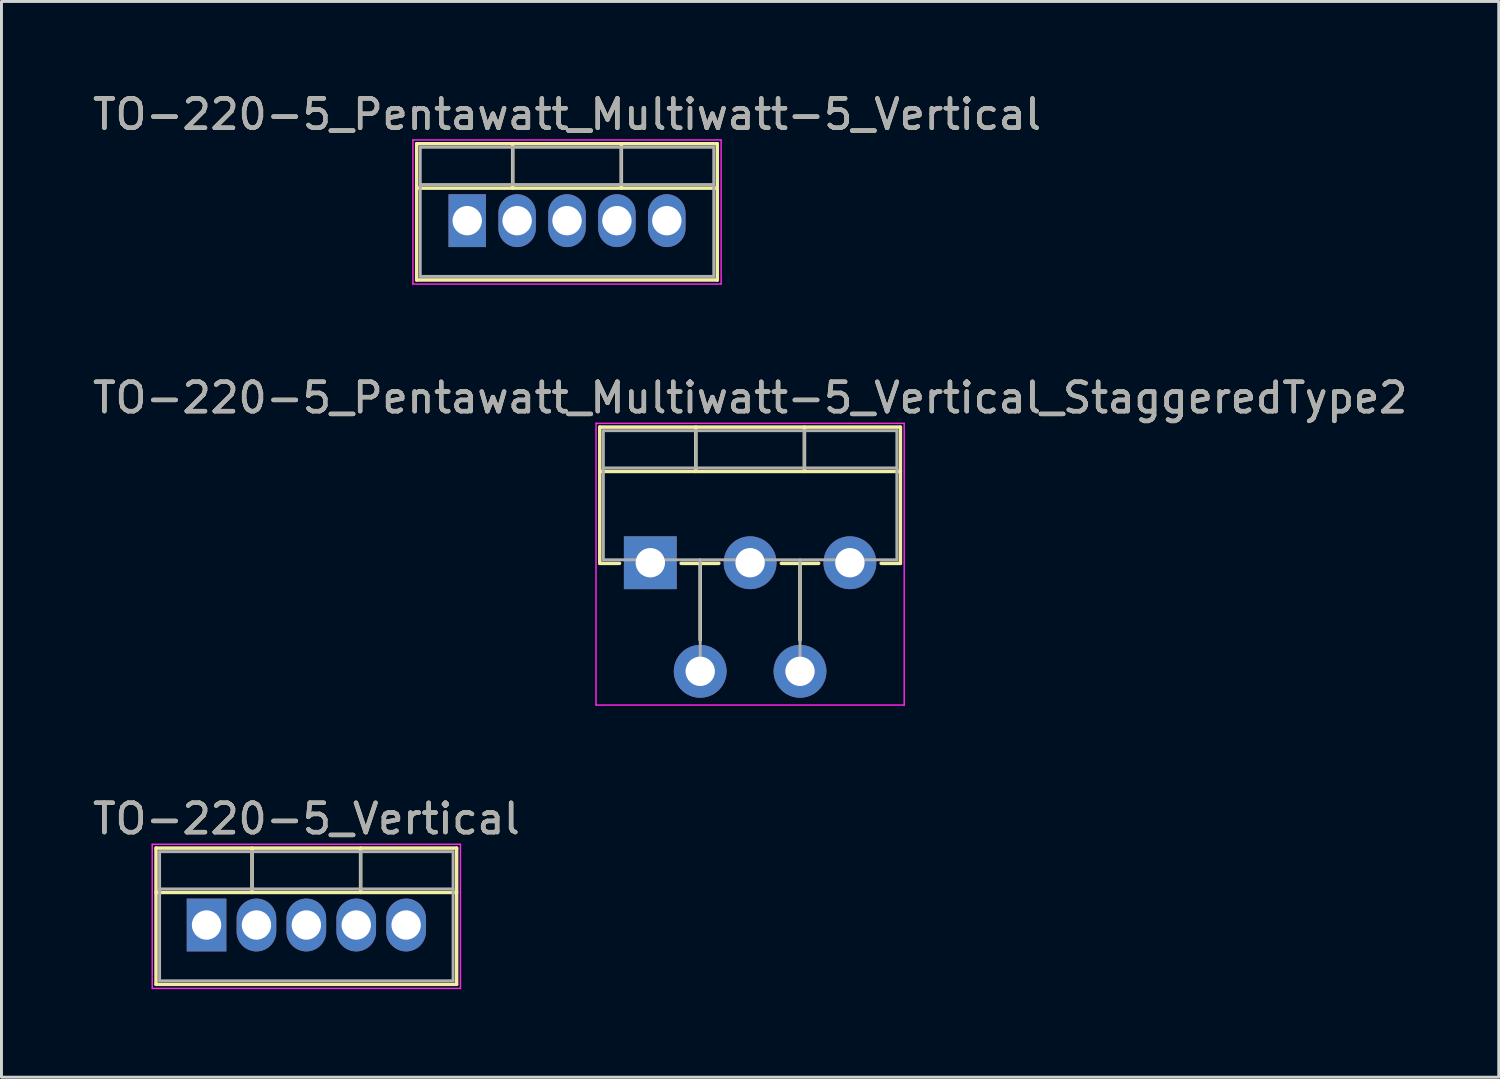
<source format=kicad_pcb>
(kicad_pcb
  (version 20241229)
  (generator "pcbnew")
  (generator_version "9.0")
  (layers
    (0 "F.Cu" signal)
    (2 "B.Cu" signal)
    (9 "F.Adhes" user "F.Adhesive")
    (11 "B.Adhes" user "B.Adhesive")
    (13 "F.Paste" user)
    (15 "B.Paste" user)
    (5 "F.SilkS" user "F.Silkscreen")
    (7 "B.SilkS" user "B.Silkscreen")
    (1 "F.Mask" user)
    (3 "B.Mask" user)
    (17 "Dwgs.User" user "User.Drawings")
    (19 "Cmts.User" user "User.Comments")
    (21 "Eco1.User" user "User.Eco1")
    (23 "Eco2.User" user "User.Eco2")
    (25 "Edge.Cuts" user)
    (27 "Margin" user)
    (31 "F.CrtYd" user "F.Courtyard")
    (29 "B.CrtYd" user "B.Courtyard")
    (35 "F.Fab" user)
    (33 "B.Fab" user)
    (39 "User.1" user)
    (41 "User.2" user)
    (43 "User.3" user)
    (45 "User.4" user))
  (footprint "TO-220-5_Pentawatt_Multiwatt-5_Vertical_StaggeredType2"
    (layer "F.Cu")
    (at 19.106 16.122)
    (property "Reference" "TO-220-5_Pentawatt_Multiwatt-5_Vertical_StaggeredType2" (at 3.4 -5.62 0) (layer "F.SilkS") (effects (font (size 1 1) (thickness 0.15))))
    (attr through_hole)
    (fp_line (start -1.721 -4.62) (end -1.721 0.021) (stroke (width 0.12) (type solid)) (layer "F.SilkS"))
    (fp_line (start -1.721 -4.62) (end 8.52 -4.62) (stroke (width 0.12) (type solid)) (layer "F.SilkS"))
    (fp_line (start -1.721 -3.111) (end 8.52 -3.111) (stroke (width 0.12) (type solid)) (layer "F.SilkS"))
    (fp_line (start -1.721 0.021) (end -1.05 0.021) (stroke (width 0.12) (type solid)) (layer "F.SilkS"))
    (fp_line (start 1.05 0.021) (end 2.335 0.021) (stroke (width 0.12) (type solid)) (layer "F.SilkS"))
    (fp_line (start 1.55 -4.62) (end 1.55 -3.111) (stroke (width 0.12) (type solid)) (layer "F.SilkS"))
    (fp_line (start 1.7 0.021) (end 1.7 2.635) (stroke (width 0.12) (type solid)) (layer "F.SilkS"))
    (fp_line (start 4.465 0.021) (end 5.735 0.021) (stroke (width 0.12) (type solid)) (layer "F.SilkS"))
    (fp_line (start 5.1 0.021) (end 5.1 2.635) (stroke (width 0.12) (type solid)) (layer "F.SilkS"))
    (fp_line (start 5.25 -4.62) (end 5.25 -3.111) (stroke (width 0.12) (type solid)) (layer "F.SilkS"))
    (fp_line (start 7.865 0.021) (end 8.52 0.021) (stroke (width 0.12) (type solid)) (layer "F.SilkS"))
    (fp_line (start 8.52 -4.62) (end 8.52 0.021) (stroke (width 0.12) (type solid)) (layer "F.SilkS"))
    (fp_line (start -1.85 -4.75) (end -1.85 4.85) (stroke (width 0.05) (type solid)) (layer "F.CrtYd"))
    (fp_line (start -1.85 4.85) (end 8.65 4.85) (stroke (width 0.05) (type solid)) (layer "F.CrtYd"))
    (fp_line (start 8.65 -4.75) (end -1.85 -4.75) (stroke (width 0.05) (type solid)) (layer "F.CrtYd"))
    (fp_line (start 8.65 4.85) (end 8.65 -4.75) (stroke (width 0.05) (type solid)) (layer "F.CrtYd"))
    (fp_line (start -1.6 -4.5) (end -1.6 -0.1) (stroke (width 0.1) (type solid)) (layer "F.Fab"))
    (fp_line (start -1.6 -3.23) (end 8.4 -3.23) (stroke (width 0.1) (type solid)) (layer "F.Fab"))
    (fp_line (start -1.6 -0.1) (end 8.4 -0.1) (stroke (width 0.1) (type solid)) (layer "F.Fab"))
    (fp_line (start 0 -0.1) (end 0 0) (stroke (width 0.1) (type solid)) (layer "F.Fab"))
    (fp_line (start 1.55 -4.5) (end 1.55 -3.23) (stroke (width 0.1) (type solid)) (layer "F.Fab"))
    (fp_line (start 1.7 -0.1) (end 1.7 3.7) (stroke (width 0.1) (type solid)) (layer "F.Fab"))
    (fp_line (start 3.4 -0.1) (end 3.4 0) (stroke (width 0.1) (type solid)) (layer "F.Fab"))
    (fp_line (start 5.1 -0.1) (end 5.1 3.7) (stroke (width 0.1) (type solid)) (layer "F.Fab"))
    (fp_line (start 5.25 -4.5) (end 5.25 -3.23) (stroke (width 0.1) (type solid)) (layer "F.Fab"))
    (fp_line (start 6.8 -0.1) (end 6.8 0) (stroke (width 0.1) (type solid)) (layer "F.Fab"))
    (fp_line (start 8.4 -4.5) (end -1.6 -4.5) (stroke (width 0.1) (type solid)) (layer "F.Fab"))
    (fp_line (start 8.4 -0.1) (end 8.4 -4.5) (stroke (width 0.1) (type solid)) (layer "F.Fab"))
    (fp_text user "${REFERENCE}" (at 3.4 -5.62 0) (layer "F.Fab") (effects (font (size 1 1) (thickness 0.15))))
    (pad "1" thru_hole rect (at 0 0) (size 1.8 1.8) (drill 1) (layers "*.Cu" "*.Mask"))
    (pad "2" thru_hole oval (at 1.7 3.7) (size 1.8 1.8) (drill 1) (layers "*.Cu" "*.Mask"))
    (pad "3" thru_hole oval (at 3.4 0) (size 1.8 1.8) (drill 1) (layers "*.Cu" "*.Mask"))
    (pad "4" thru_hole oval (at 5.1 3.7) (size 1.8 1.8) (drill 1) (layers "*.Cu" "*.Mask"))
    (pad "5" thru_hole oval (at 6.8 0) (size 1.8 1.8) (drill 1) (layers "*.Cu" "*.Mask")))
  (footprint "TO-220-5_Pentawatt_Multiwatt-5_Vertical"
    (layer "F.Cu")
    (at 12.868 4.468)
    (property "Reference" "TO-220-5_Pentawatt_Multiwatt-5_Vertical" (at 3.4 -3.62 0) (layer "F.SilkS") (effects (font (size 1 1) (thickness 0.15))))
    (attr through_hole)
    (fp_line (start -1.721 -2.62) (end -1.721 2.021) (stroke (width 0.12) (type solid)) (layer "F.SilkS"))
    (fp_line (start -1.721 -2.62) (end 8.52 -2.62) (stroke (width 0.12) (type solid)) (layer "F.SilkS"))
    (fp_line (start -1.721 -1.11) (end 8.52 -1.11) (stroke (width 0.12) (type solid)) (layer "F.SilkS"))
    (fp_line (start -1.721 2.021) (end 8.52 2.021) (stroke (width 0.12) (type solid)) (layer "F.SilkS"))
    (fp_line (start 1.55 -2.62) (end 1.55 -1.11) (stroke (width 0.12) (type solid)) (layer "F.SilkS"))
    (fp_line (start 5.25 -2.62) (end 5.25 -1.11) (stroke (width 0.12) (type solid)) (layer "F.SilkS"))
    (fp_line (start 8.52 -2.62) (end 8.52 2.021) (stroke (width 0.12) (type solid)) (layer "F.SilkS"))
    (fp_line (start -1.85 -2.75) (end -1.85 2.16) (stroke (width 0.05) (type solid)) (layer "F.CrtYd"))
    (fp_line (start -1.85 2.16) (end 8.65 2.16) (stroke (width 0.05) (type solid)) (layer "F.CrtYd"))
    (fp_line (start 8.65 -2.75) (end -1.85 -2.75) (stroke (width 0.05) (type solid)) (layer "F.CrtYd"))
    (fp_line (start 8.65 2.16) (end 8.65 -2.75) (stroke (width 0.05) (type solid)) (layer "F.CrtYd"))
    (fp_line (start -1.6 -2.5) (end -1.6 1.9) (stroke (width 0.1) (type solid)) (layer "F.Fab"))
    (fp_line (start -1.6 -1.23) (end 8.4 -1.23) (stroke (width 0.1) (type solid)) (layer "F.Fab"))
    (fp_line (start -1.6 1.9) (end 8.4 1.9) (stroke (width 0.1) (type solid)) (layer "F.Fab"))
    (fp_line (start 1.55 -2.5) (end 1.55 -1.23) (stroke (width 0.1) (type solid)) (layer "F.Fab"))
    (fp_line (start 5.25 -2.5) (end 5.25 -1.23) (stroke (width 0.1) (type solid)) (layer "F.Fab"))
    (fp_line (start 8.4 -2.5) (end -1.6 -2.5) (stroke (width 0.1) (type solid)) (layer "F.Fab"))
    (fp_line (start 8.4 1.9) (end 8.4 -2.5) (stroke (width 0.1) (type solid)) (layer "F.Fab"))
    (fp_text user "${REFERENCE}" (at 3.4 -3.62 0) (layer "F.Fab") (effects (font (size 1 1) (thickness 0.15))))
    (pad "1" thru_hole rect (at 0 0) (size 1.275 1.8) (drill 1) (layers "*.Cu" "*.Mask"))
    (pad "2" thru_hole oval (at 1.7 0) (size 1.275 1.8) (drill 1) (layers "*.Cu" "*.Mask"))
    (pad "3" thru_hole oval (at 3.4 0) (size 1.275 1.8) (drill 1) (layers "*.Cu" "*.Mask"))
    (pad "4" thru_hole oval (at 5.1 0) (size 1.275 1.8) (drill 1) (layers "*.Cu" "*.Mask"))
    (pad "5" thru_hole oval (at 6.8 0) (size 1.275 1.8) (drill 1) (layers "*.Cu" "*.Mask")))
  (footprint "TO-220-5_Vertical"
    (layer "F.Cu")
    (at 3.987 28.465)
    (property "Reference" "TO-220-5_Vertical" (at 3.4 -3.62 0) (layer "F.SilkS") (effects (font (size 1 1) (thickness 0.15))))
    (attr through_hole)
    (fp_line (start -1.721 -2.62) (end -1.721 2.021) (stroke (width 0.12) (type solid)) (layer "F.SilkS"))
    (fp_line (start -1.721 -2.62) (end 8.52 -2.62) (stroke (width 0.12) (type solid)) (layer "F.SilkS"))
    (fp_line (start -1.721 -1.11) (end 8.52 -1.11) (stroke (width 0.12) (type solid)) (layer "F.SilkS"))
    (fp_line (start -1.721 2.021) (end 8.52 2.021) (stroke (width 0.12) (type solid)) (layer "F.SilkS"))
    (fp_line (start 1.55 -2.62) (end 1.55 -1.11) (stroke (width 0.12) (type solid)) (layer "F.SilkS"))
    (fp_line (start 5.25 -2.62) (end 5.25 -1.11) (stroke (width 0.12) (type solid)) (layer "F.SilkS"))
    (fp_line (start 8.52 -2.62) (end 8.52 2.021) (stroke (width 0.12) (type solid)) (layer "F.SilkS"))
    (fp_line (start -1.85 -2.75) (end -1.85 2.16) (stroke (width 0.05) (type solid)) (layer "F.CrtYd"))
    (fp_line (start -1.85 2.16) (end 8.65 2.16) (stroke (width 0.05) (type solid)) (layer "F.CrtYd"))
    (fp_line (start 8.65 -2.75) (end -1.85 -2.75) (stroke (width 0.05) (type solid)) (layer "F.CrtYd"))
    (fp_line (start 8.65 2.16) (end 8.65 -2.75) (stroke (width 0.05) (type solid)) (layer "F.CrtYd"))
    (fp_line (start -1.6 -2.5) (end -1.6 1.9) (stroke (width 0.1) (type solid)) (layer "F.Fab"))
    (fp_line (start -1.6 -1.23) (end 8.4 -1.23) (stroke (width 0.1) (type solid)) (layer "F.Fab"))
    (fp_line (start -1.6 1.9) (end 8.4 1.9) (stroke (width 0.1) (type solid)) (layer "F.Fab"))
    (fp_line (start 1.55 -2.5) (end 1.55 -1.23) (stroke (width 0.1) (type solid)) (layer "F.Fab"))
    (fp_line (start 5.25 -2.5) (end 5.25 -1.23) (stroke (width 0.1) (type solid)) (layer "F.Fab"))
    (fp_line (start 8.4 -2.5) (end -1.6 -2.5) (stroke (width 0.1) (type solid)) (layer "F.Fab"))
    (fp_line (start 8.4 1.9) (end 8.4 -2.5) (stroke (width 0.1) (type solid)) (layer "F.Fab"))
    (fp_text user "${REFERENCE}" (at 3.4 -3.62 0) (layer "F.Fab") (effects (font (size 1 1) (thickness 0.15))))
    (pad "1" thru_hole rect (at 0 0) (size 1.35 1.8) (drill 1) (layers "*.Cu" "*.Mask"))
    (pad "2" thru_hole oval (at 1.7 0) (size 1.35 1.8) (drill 1) (layers "*.Cu" "*.Mask"))
    (pad "3" thru_hole oval (at 3.4 0) (size 1.35 1.8) (drill 1) (layers "*.Cu" "*.Mask"))
    (pad "4" thru_hole oval (at 5.1 0) (size 1.35 1.8) (drill 1) (layers "*.Cu" "*.Mask"))
    (pad "5" thru_hole oval (at 6.8 0) (size 1.35 1.8) (drill 1) (layers "*.Cu" "*.Mask")))
  (gr_rect
    (start -3 -3)
    (end 48.012 33.65)
    (stroke (width 0.1) (type default))
    (fill no)
    (layer "Edge.Cuts")))
</source>
